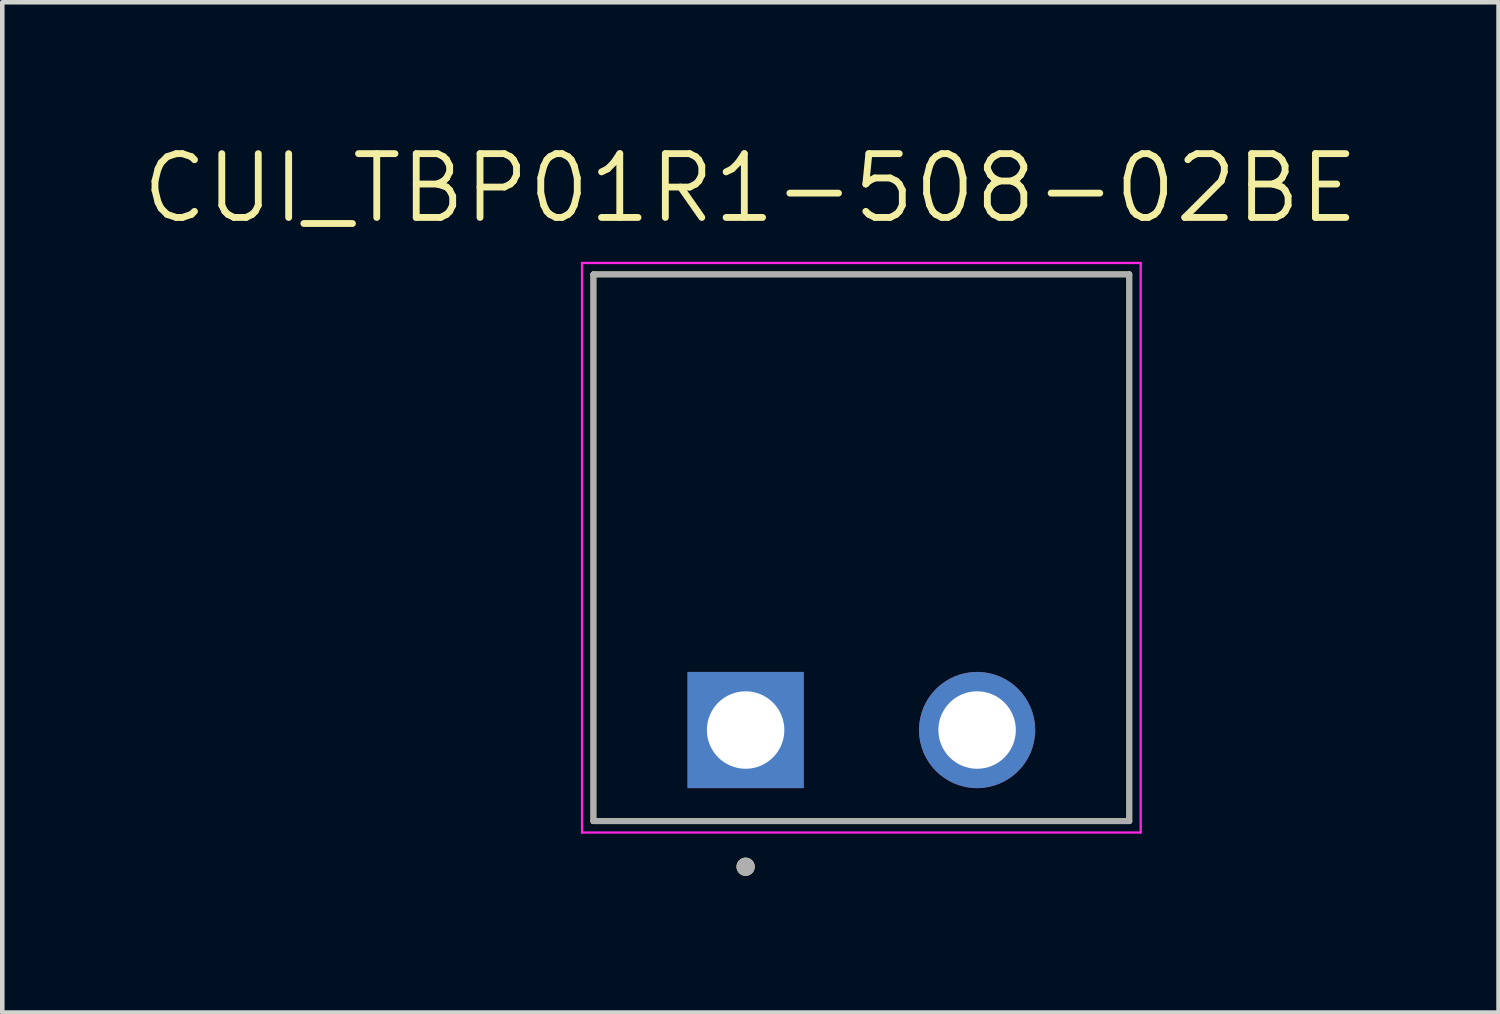
<source format=kicad_pcb>
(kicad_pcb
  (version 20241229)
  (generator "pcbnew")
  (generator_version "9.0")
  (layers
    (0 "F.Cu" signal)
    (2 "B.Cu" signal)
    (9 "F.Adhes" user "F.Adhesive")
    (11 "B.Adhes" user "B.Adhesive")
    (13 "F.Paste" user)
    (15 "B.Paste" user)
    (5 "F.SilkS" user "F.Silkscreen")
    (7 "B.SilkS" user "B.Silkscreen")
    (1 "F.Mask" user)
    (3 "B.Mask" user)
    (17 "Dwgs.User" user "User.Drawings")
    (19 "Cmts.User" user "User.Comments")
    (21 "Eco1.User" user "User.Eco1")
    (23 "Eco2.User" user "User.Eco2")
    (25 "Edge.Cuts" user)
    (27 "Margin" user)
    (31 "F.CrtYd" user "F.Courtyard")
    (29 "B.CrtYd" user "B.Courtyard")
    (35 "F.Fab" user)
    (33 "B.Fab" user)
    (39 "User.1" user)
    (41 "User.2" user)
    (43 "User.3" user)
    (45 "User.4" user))
  (footprint "CUI_TBP01R1-508-02BE"
    (layer "F.Cu")
    (at 13.313 12.971)
    (property "Reference" "CUI_TBP01R1-508-02BE" (at 0.105 -11.889 0) (layer "F.SilkS") (effects (font (size 1.4 1.4) (thickness 0.15))))
    (attr through_hole)
    (fp_line (start -3.34 -10) (end 8.42 -10) (stroke (width 0.127) (type solid)) (layer "F.SilkS"))
    (fp_line (start -3.34 2) (end -3.34 -10) (stroke (width 0.127) (type solid)) (layer "F.SilkS"))
    (fp_line (start 8.42 -10) (end 8.42 2) (stroke (width 0.127) (type solid)) (layer "F.SilkS"))
    (fp_line (start 8.42 2) (end -3.34 2) (stroke (width 0.127) (type solid)) (layer "F.SilkS"))
    (fp_circle (center 0 3) (end 0.1 3) (stroke (width 0.2) (type solid)) (fill no) (layer "F.SilkS"))
    (fp_line (start -3.59 -10.25) (end 8.67 -10.25) (stroke (width 0.05) (type solid)) (layer "F.CrtYd"))
    (fp_line (start -3.59 2.25) (end -3.59 -10.25) (stroke (width 0.05) (type solid)) (layer "F.CrtYd"))
    (fp_line (start 8.67 -10.25) (end 8.67 2.25) (stroke (width 0.05) (type solid)) (layer "F.CrtYd"))
    (fp_line (start 8.67 2.25) (end -3.59 2.25) (stroke (width 0.05) (type solid)) (layer "F.CrtYd"))
    (fp_line (start -3.34 -10) (end 8.42 -10) (stroke (width 0.127) (type solid)) (layer "F.Fab"))
    (fp_line (start -3.34 2) (end -3.34 -10) (stroke (width 0.127) (type solid)) (layer "F.Fab"))
    (fp_line (start 8.42 -10) (end 8.42 2) (stroke (width 0.127) (type solid)) (layer "F.Fab"))
    (fp_line (start 8.42 2) (end -3.34 2) (stroke (width 0.127) (type solid)) (layer "F.Fab"))
    (fp_circle (center 0 3) (end 0.1 3) (stroke (width 0.2) (type solid)) (fill no) (layer "F.Fab"))
    (pad "1" thru_hole rect (at 0 0) (size 2.55 2.55) (drill 1.7) (layers "*.Cu" "*.Mask"))
    (pad "2" thru_hole circle (at 5.08 0) (size 2.55 2.55) (drill 1.7) (layers "*.Cu" "*.Mask")))
  (gr_rect
    (start -3 -3)
    (end 29.837 19.171)
    (stroke (width 0.1) (type default))
    (fill no)
    (layer "Edge.Cuts")))
</source>
